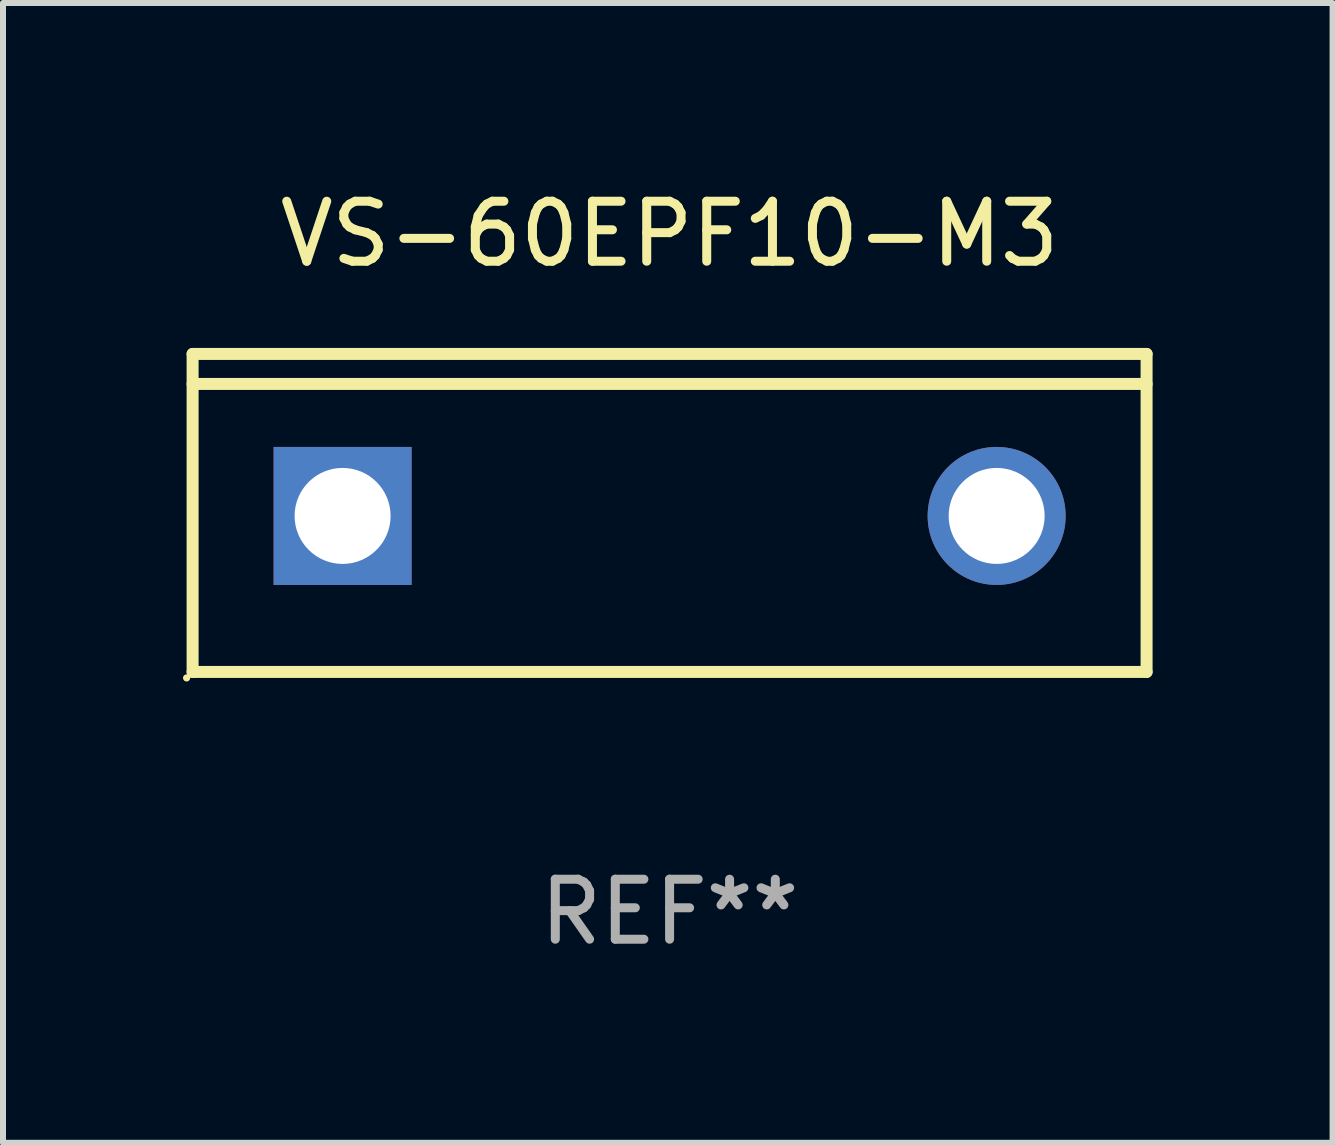
<source format=kicad_pcb>
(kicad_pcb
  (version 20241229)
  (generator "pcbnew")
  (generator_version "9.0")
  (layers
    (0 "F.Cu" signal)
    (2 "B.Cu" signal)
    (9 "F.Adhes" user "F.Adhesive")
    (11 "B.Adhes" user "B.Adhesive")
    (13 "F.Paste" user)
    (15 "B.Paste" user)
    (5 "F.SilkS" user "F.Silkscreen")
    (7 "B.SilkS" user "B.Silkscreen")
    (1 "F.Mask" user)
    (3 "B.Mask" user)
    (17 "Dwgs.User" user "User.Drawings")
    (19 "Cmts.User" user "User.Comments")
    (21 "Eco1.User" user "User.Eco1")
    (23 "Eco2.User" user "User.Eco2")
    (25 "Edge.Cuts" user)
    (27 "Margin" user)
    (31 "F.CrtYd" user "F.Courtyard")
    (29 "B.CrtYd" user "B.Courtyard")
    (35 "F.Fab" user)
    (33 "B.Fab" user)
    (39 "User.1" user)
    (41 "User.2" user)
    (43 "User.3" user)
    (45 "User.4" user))
  (footprint "VS-60EPF10-M3"
    (layer "F.Cu")
    (at 8.11 5.499)
    (property "Reference" "VS-60EPF10-M3" (at 0 -4.65 0) (layer "F.SilkS") (effects (font (size 1 1) (thickness 0.15))))
    (attr through_hole)
    (fp_line (start -7.95 -2.65) (end -7.95 2.65) (stroke (width 0.2) (type solid)) (layer "F.SilkS"))
    (fp_line (start -7.95 -2.15) (end 7.95 -2.15) (stroke (width 0.2) (type solid)) (layer "F.SilkS"))
    (fp_line (start -7.95 2.65) (end 7.95 2.65) (stroke (width 0.2) (type solid)) (layer "F.SilkS"))
    (fp_line (start 7.95 -2.65) (end -7.95 -2.65) (stroke (width 0.2) (type solid)) (layer "F.SilkS"))
    (fp_line (start 7.95 2.65) (end 7.95 -2.65) (stroke (width 0.2) (type solid)) (layer "F.SilkS"))
    (fp_circle (center -8.05 2.75) (end -8.02 2.75) (stroke (width 0.06) (type solid)) (fill no) (layer "F.SilkS"))
    (fp_text user "REF**" (at 0 6.65 0) (layer "F.Fab") (effects (font (size 1 1) (thickness 0.15))))
    (pad "1" thru_hole rect (at -5.45 0.05) (size 2.3 2.3) (drill 1.6) (layers "*.Cu" "*.Mask"))
    (pad "3" thru_hole circle (at 5.451 0.05) (size 2.3 2.3) (drill 1.6) (layers "*.Cu" "*.Mask")))
  (gr_rect
    (start -3 -3)
    (end 19.16 15.997)
    (stroke (width 0.1) (type default))
    (fill no)
    (layer "Edge.Cuts")))
</source>
